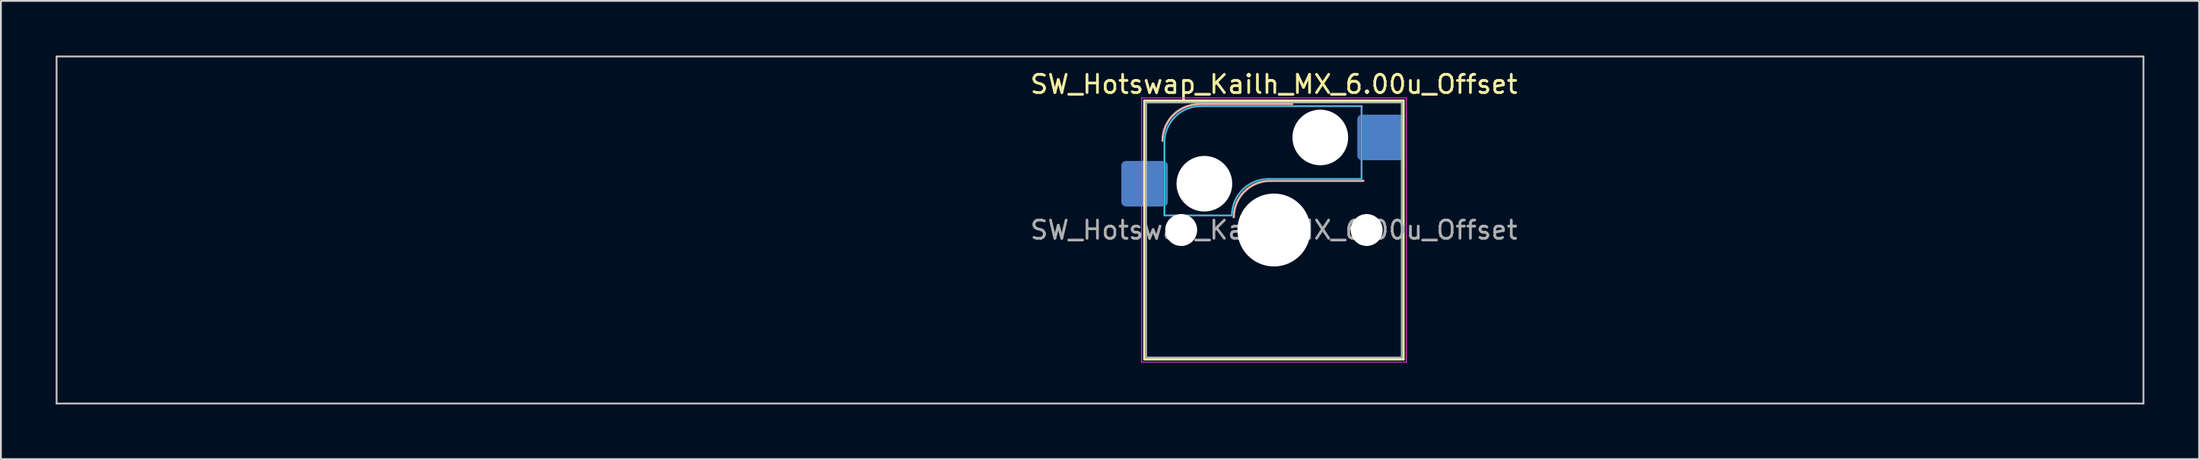
<source format=kicad_pcb>
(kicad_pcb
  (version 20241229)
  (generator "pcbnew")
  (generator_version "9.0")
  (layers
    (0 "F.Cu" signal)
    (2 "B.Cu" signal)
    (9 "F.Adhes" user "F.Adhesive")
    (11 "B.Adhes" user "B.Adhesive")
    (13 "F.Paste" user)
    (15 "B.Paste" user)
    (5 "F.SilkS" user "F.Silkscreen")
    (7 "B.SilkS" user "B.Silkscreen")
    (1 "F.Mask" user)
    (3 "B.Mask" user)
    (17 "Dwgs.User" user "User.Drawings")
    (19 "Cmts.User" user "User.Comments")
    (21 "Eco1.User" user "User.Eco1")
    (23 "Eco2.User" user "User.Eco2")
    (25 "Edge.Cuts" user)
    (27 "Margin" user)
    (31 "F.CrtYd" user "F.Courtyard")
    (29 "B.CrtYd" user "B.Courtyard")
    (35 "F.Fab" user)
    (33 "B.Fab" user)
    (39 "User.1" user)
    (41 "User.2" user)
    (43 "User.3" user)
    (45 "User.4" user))
  (footprint "SW_Hotswap_Kailh_MX_6.00u_Offset"
    (layer "F.Cu")
    (at 66.725 9.575)
    (property "Reference" "SW_Hotswap_Kailh_MX_6.00u_Offset" (at 0 -8 0) (layer "F.SilkS") (effects (font (size 1 1) (thickness 0.15))))
    (attr smd)
    (fp_line (start -7.1 -7.1) (end -7.1 7.1) (stroke (width 0.12) (type solid)) (layer "F.SilkS"))
    (fp_line (start -7.1 7.1) (end 7.1 7.1) (stroke (width 0.12) (type solid)) (layer "F.SilkS"))
    (fp_line (start 7.1 -7.1) (end -7.1 -7.1) (stroke (width 0.12) (type solid)) (layer "F.SilkS"))
    (fp_line (start 7.1 7.1) (end 7.1 -7.1) (stroke (width 0.12) (type solid)) (layer "F.SilkS"))
    (fp_line (start -4.1 -6.9) (end 1 -6.9) (stroke (width 0.12) (type solid)) (layer "B.SilkS"))
    (fp_line (start -0.2 -2.7) (end 4.9 -2.7) (stroke (width 0.12) (type solid)) (layer "B.SilkS"))
    (fp_arc (start -6.1 -4.9) (mid -5.514214 -6.314214) (end -4.1 -6.9) (stroke (width 0.12) (type solid)) (layer "B.SilkS"))
    (fp_arc (start -2.2 -0.7) (mid -1.614214 -2.114214) (end -0.2 -2.7) (stroke (width 0.12) (type solid)) (layer "B.SilkS"))
    (fp_line (start -66.675 -9.525) (end -66.675 9.525) (stroke (width 0.1) (type solid)) (layer "Dwgs.User"))
    (fp_line (start -66.675 9.525) (end 47.625 9.525) (stroke (width 0.1) (type solid)) (layer "Dwgs.User"))
    (fp_line (start 47.625 -9.525) (end -66.675 -9.525) (stroke (width 0.1) (type solid)) (layer "Dwgs.User"))
    (fp_line (start 47.625 9.525) (end 47.625 -9.525) (stroke (width 0.1) (type solid)) (layer "Dwgs.User"))
    (fp_line (start -7.8 -6) (end -7 -6) (stroke (width 0.1) (type solid)) (layer "Eco1.User"))
    (fp_line (start -7.8 -2.9) (end -7.8 -6) (stroke (width 0.1) (type solid)) (layer "Eco1.User"))
    (fp_line (start -7.8 2.9) (end -7 2.9) (stroke (width 0.1) (type solid)) (layer "Eco1.User"))
    (fp_line (start -7.8 6) (end -7.8 2.9) (stroke (width 0.1) (type solid)) (layer "Eco1.User"))
    (fp_line (start -7 -7) (end 7 -7) (stroke (width 0.1) (type solid)) (layer "Eco1.User"))
    (fp_line (start -7 -6) (end -7 -7) (stroke (width 0.1) (type solid)) (layer "Eco1.User"))
    (fp_line (start -7 -2.9) (end -7.8 -2.9) (stroke (width 0.1) (type solid)) (layer "Eco1.User"))
    (fp_line (start -7 2.9) (end -7 -2.9) (stroke (width 0.1) (type solid)) (layer "Eco1.User"))
    (fp_line (start -7 6) (end -7.8 6) (stroke (width 0.1) (type solid)) (layer "Eco1.User"))
    (fp_line (start -7 7) (end -7 6) (stroke (width 0.1) (type solid)) (layer "Eco1.User"))
    (fp_line (start 7 -7) (end 7 -6) (stroke (width 0.1) (type solid)) (layer "Eco1.User"))
    (fp_line (start 7 -6) (end 7.8 -6) (stroke (width 0.1) (type solid)) (layer "Eco1.User"))
    (fp_line (start 7 -2.9) (end 7 2.9) (stroke (width 0.1) (type solid)) (layer "Eco1.User"))
    (fp_line (start 7 2.9) (end 7.8 2.9) (stroke (width 0.1) (type solid)) (layer "Eco1.User"))
    (fp_line (start 7 6) (end 7 7) (stroke (width 0.1) (type solid)) (layer "Eco1.User"))
    (fp_line (start 7 7) (end -7 7) (stroke (width 0.1) (type solid)) (layer "Eco1.User"))
    (fp_line (start 7.8 -6) (end 7.8 -2.9) (stroke (width 0.1) (type solid)) (layer "Eco1.User"))
    (fp_line (start 7.8 -2.9) (end 7 -2.9) (stroke (width 0.1) (type solid)) (layer "Eco1.User"))
    (fp_line (start 7.8 2.9) (end 7.8 6) (stroke (width 0.1) (type solid)) (layer "Eco1.User"))
    (fp_line (start 7.8 6) (end 7 6) (stroke (width 0.1) (type solid)) (layer "Eco1.User"))
    (fp_line (start -6 -0.8) (end -6 -4.8) (stroke (width 0.05) (type solid)) (layer "B.CrtYd"))
    (fp_line (start -6 -0.8) (end -2.3 -0.8) (stroke (width 0.05) (type solid)) (layer "B.CrtYd"))
    (fp_line (start -4 -6.8) (end 4.8 -6.8) (stroke (width 0.05) (type solid)) (layer "B.CrtYd"))
    (fp_line (start -0.3 -2.8) (end 4.8 -2.8) (stroke (width 0.05) (type solid)) (layer "B.CrtYd"))
    (fp_line (start 4.8 -6.8) (end 4.8 -2.8) (stroke (width 0.05) (type solid)) (layer "B.CrtYd"))
    (fp_arc (start -6 -4.8) (mid -5.414214 -6.214214) (end -4 -6.8) (stroke (width 0.05) (type solid)) (layer "B.CrtYd"))
    (fp_arc (start -2.3 -0.8) (mid -1.714214 -2.214214) (end -0.3 -2.8) (stroke (width 0.05) (type solid)) (layer "B.CrtYd"))
    (fp_line (start -7.25 -7.25) (end -7.25 7.25) (stroke (width 0.05) (type solid)) (layer "F.CrtYd"))
    (fp_line (start -7.25 7.25) (end 7.25 7.25) (stroke (width 0.05) (type solid)) (layer "F.CrtYd"))
    (fp_line (start 7.25 -7.25) (end -7.25 -7.25) (stroke (width 0.05) (type solid)) (layer "F.CrtYd"))
    (fp_line (start 7.25 7.25) (end 7.25 -7.25) (stroke (width 0.05) (type solid)) (layer "F.CrtYd"))
    (fp_line (start -6 -0.8) (end -6 -4.8) (stroke (width 0.12) (type solid)) (layer "B.Fab"))
    (fp_line (start -6 -0.8) (end -2.3 -0.8) (stroke (width 0.12) (type solid)) (layer "B.Fab"))
    (fp_line (start -4 -6.8) (end 4.8 -6.8) (stroke (width 0.12) (type solid)) (layer "B.Fab"))
    (fp_line (start -0.3 -2.8) (end 4.8 -2.8) (stroke (width 0.12) (type solid)) (layer "B.Fab"))
    (fp_line (start 4.8 -6.8) (end 4.8 -2.8) (stroke (width 0.12) (type solid)) (layer "B.Fab"))
    (fp_arc (start -6 -4.8) (mid -5.414214 -6.214214) (end -4 -6.8) (stroke (width 0.12) (type solid)) (layer "B.Fab"))
    (fp_arc (start -2.3 -0.8) (mid -1.714214 -2.214214) (end -0.3 -2.8) (stroke (width 0.12) (type solid)) (layer "B.Fab"))
    (fp_line (start -7 -7) (end -7 7) (stroke (width 0.1) (type solid)) (layer "F.Fab"))
    (fp_line (start -7 7) (end 7 7) (stroke (width 0.1) (type solid)) (layer "F.Fab"))
    (fp_line (start 7 -7) (end -7 -7) (stroke (width 0.1) (type solid)) (layer "F.Fab"))
    (fp_line (start 7 7) (end 7 -7) (stroke (width 0.1) (type solid)) (layer "F.Fab"))
    (fp_text user "${REFERENCE}" (at 0 0 0) (layer "F.Fab") (effects (font (size 1 1) (thickness 0.15))))
    (pad "" np_thru_hole circle (at -5.08 0) (size 1.75 1.75) (drill 1.75) (layers "*.Cu" "*.Mask"))
    (pad "" np_thru_hole circle (at -3.81 -2.54) (size 3.05 3.05) (drill 3.05) (layers "*.Cu" "*.Mask"))
    (pad "" np_thru_hole circle (at 0 0) (size 4 4) (drill 4) (layers "*.Cu" "*.Mask"))
    (pad "" np_thru_hole circle (at 2.54 -5.08) (size 3.05 3.05) (drill 3.05) (layers "*.Cu" "*.Mask"))
    (pad "" np_thru_hole circle (at 5.08 0) (size 1.75 1.75) (drill 1.75) (layers "*.Cu" "*.Mask"))
    (pad "1" smd roundrect (at -7.085 -2.54) (size 2.55 2.5) (layers "B.Cu" "B.Mask" "B.Paste") (roundrect_rratio 0.1))
    (pad "2" smd roundrect (at 5.842 -5.08) (size 2.55 2.5) (layers "B.Cu" "B.Mask" "B.Paste") (roundrect_rratio 0.1)))
  (gr_rect
    (start -3 -3)
    (end 117.4 22.15)
    (stroke (width 0.1) (type default))
    (fill no)
    (layer "Edge.Cuts")))
</source>
